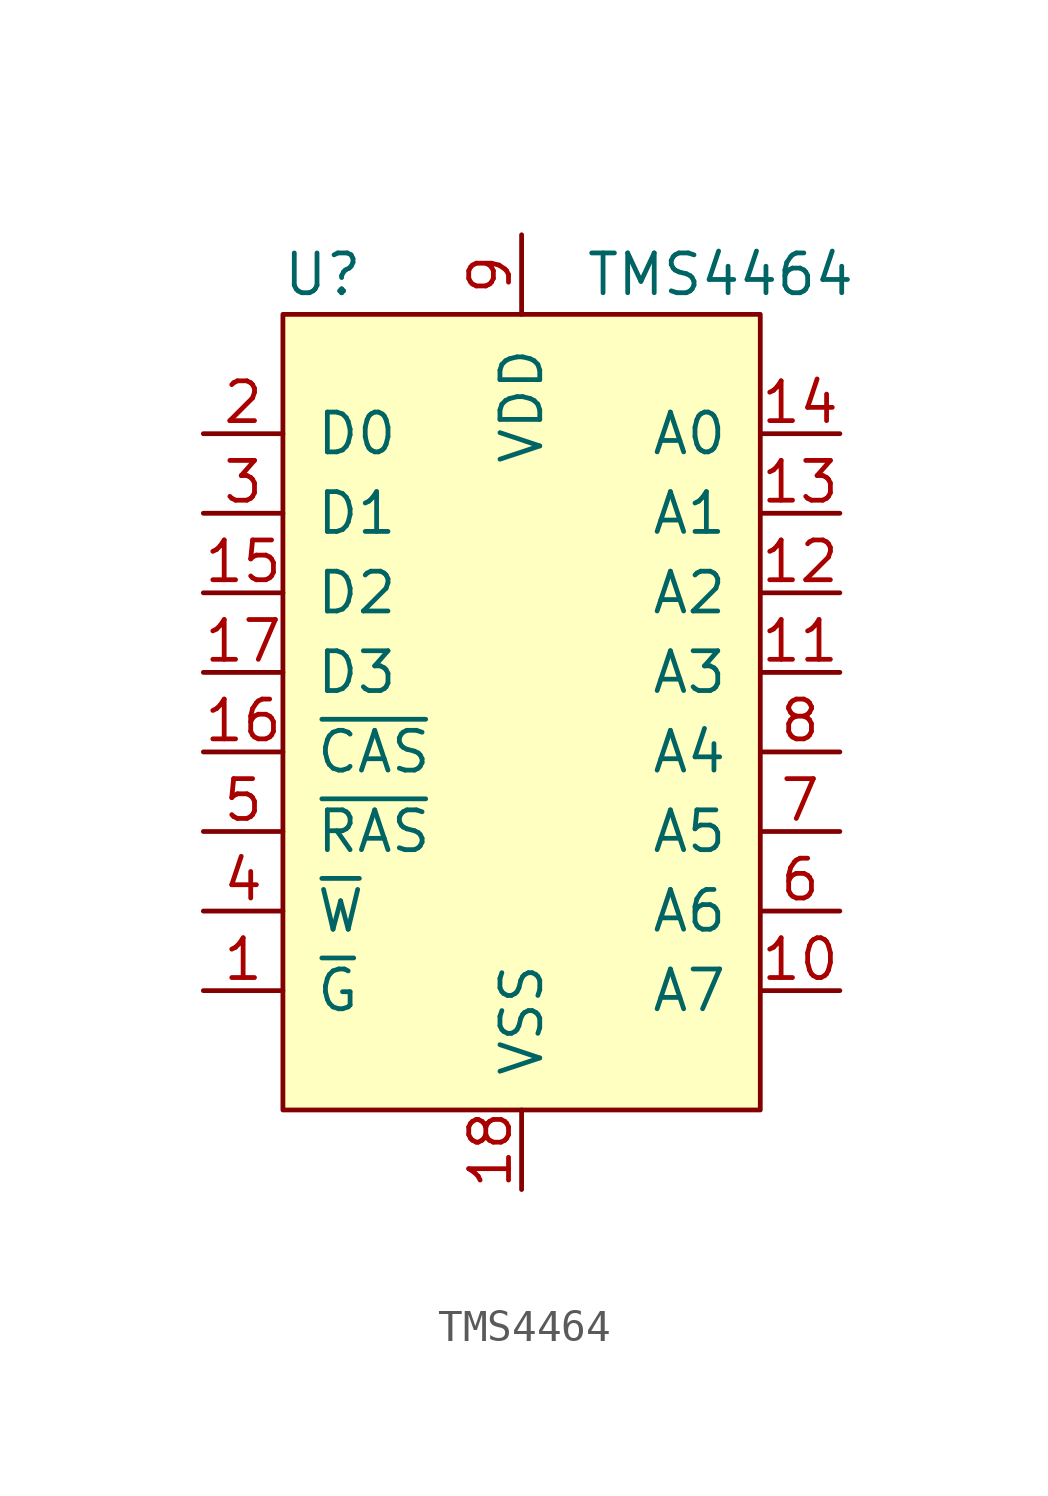
<source format=kicad_sym>
(kicad_symbol_lib
  (version 20220914)
  (generator kicad_symbol_editor)
  (symbol "TMS4464"
    (pin_names
      (offset 1.016))
    (property "Reference" "U"
      (at -6.35 13.97 0)
      (effects (font (size 1.27 1.27))))
    (property "Value" "TMS4464"
      (at 6.35 13.97 0)
      (effects (font (size 1.27 1.27))))
    (symbol "TMS4464_0_1"
      (rectangle (start -7.62 12.7) (end 7.62 -12.7) (stroke (width 0) (type default)) (fill (type background))))
    (symbol "TMS4464_1_1"
      (pin bidirectional line (at -10.16 -8.89 0) (length 2.54) (name "~{G}" (effects (font (size 1.27 1.27)))) (number "1" (effects (font (size 1.27 1.27)))))
      (pin bidirectional line (at 10.16 -8.89 180) (length 2.54) (name "A7" (effects (font (size 1.27 1.27)))) (number "10" (effects (font (size 1.27 1.27)))))
      (pin bidirectional line (at 10.16 1.27 180) (length 2.54) (name "A3" (effects (font (size 1.27 1.27)))) (number "11" (effects (font (size 1.27 1.27)))))
      (pin bidirectional line (at 10.16 3.81 180) (length 2.54) (name "A2" (effects (font (size 1.27 1.27)))) (number "12" (effects (font (size 1.27 1.27)))))
      (pin bidirectional line (at 10.16 6.35 180) (length 2.54) (name "A1" (effects (font (size 1.27 1.27)))) (number "13" (effects (font (size 1.27 1.27)))))
      (pin bidirectional line (at 10.16 8.89 180) (length 2.54) (name "A0" (effects (font (size 1.27 1.27)))) (number "14" (effects (font (size 1.27 1.27)))))
      (pin bidirectional line (at -10.16 3.81 0) (length 2.54) (name "D2" (effects (font (size 1.27 1.27)))) (number "15" (effects (font (size 1.27 1.27)))))
      (pin bidirectional line (at -10.16 -1.27 0) (length 2.54) (name "~{CAS}" (effects (font (size 1.27 1.27)))) (number "16" (effects (font (size 1.27 1.27)))))
      (pin bidirectional line (at -10.16 1.27 0) (length 2.54) (name "D3" (effects (font (size 1.27 1.27)))) (number "17" (effects (font (size 1.27 1.27)))))
      (pin power_in line (at 0 -15.24 90) (length 2.54) (name "VSS" (effects (font (size 1.27 1.27)))) (number "18" (effects (font (size 1.27 1.27)))))
      (pin bidirectional line (at -10.16 8.89 0) (length 2.54) (name "D0" (effects (font (size 1.27 1.27)))) (number "2" (effects (font (size 1.27 1.27)))))
      (pin bidirectional line (at -10.16 6.35 0) (length 2.54) (name "D1" (effects (font (size 1.27 1.27)))) (number "3" (effects (font (size 1.27 1.27)))))
      (pin bidirectional line (at -10.16 -6.35 0) (length 2.54) (name "~{W}" (effects (font (size 1.27 1.27)))) (number "4" (effects (font (size 1.27 1.27)))))
      (pin bidirectional line (at -10.16 -3.81 0) (length 2.54) (name "~{RAS}" (effects (font (size 1.27 1.27)))) (number "5" (effects (font (size 1.27 1.27)))))
      (pin bidirectional line (at 10.16 -6.35 180) (length 2.54) (name "A6" (effects (font (size 1.27 1.27)))) (number "6" (effects (font (size 1.27 1.27)))))
      (pin bidirectional line (at 10.16 -3.81 180) (length 2.54) (name "A5" (effects (font (size 1.27 1.27)))) (number "7" (effects (font (size 1.27 1.27)))))
      (pin bidirectional line (at 10.16 -1.27 180) (length 2.54) (name "A4" (effects (font (size 1.27 1.27)))) (number "8" (effects (font (size 1.27 1.27)))))
      (pin power_in line (at 0 15.24 270) (length 2.54) (name "VDD" (effects (font (size 1.27 1.27)))) (number "9" (effects (font (size 1.27 1.27))))))))
</source>
